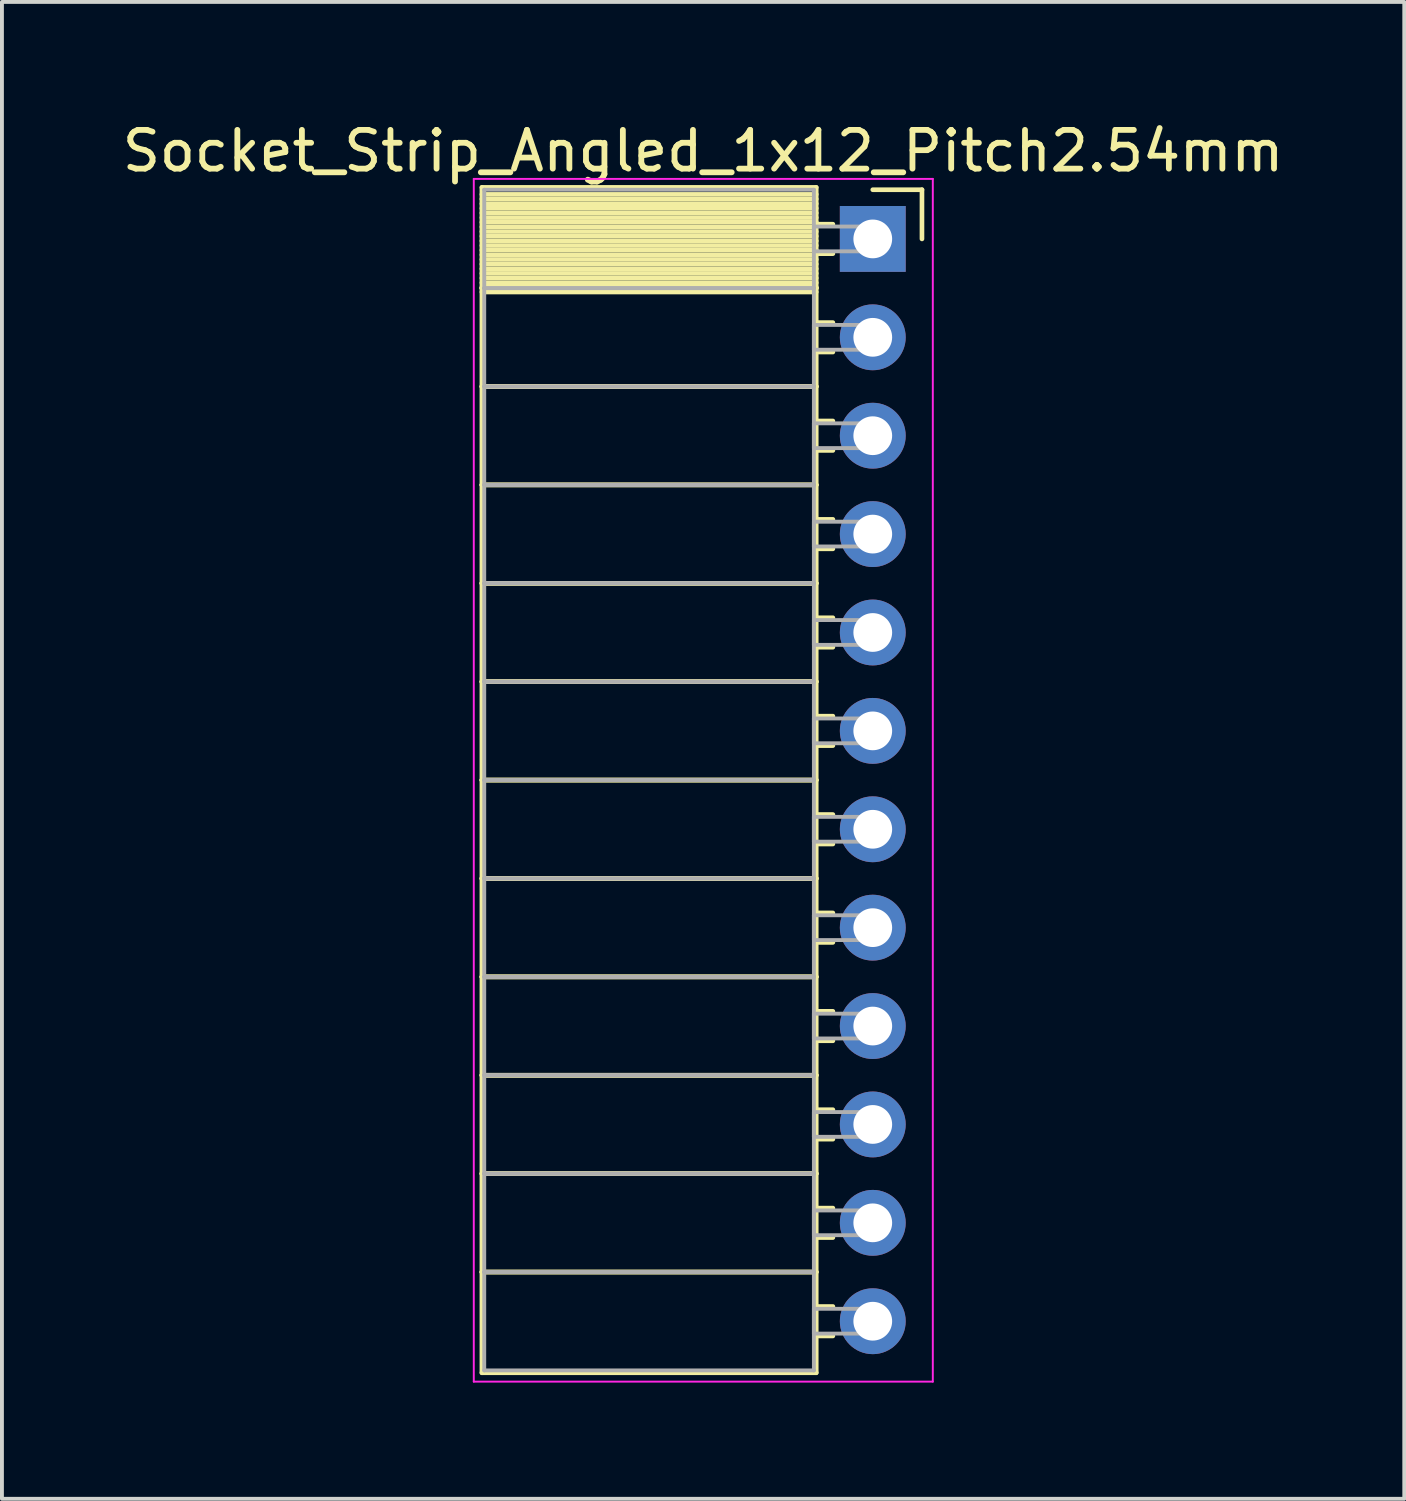
<source format=kicad_pcb>
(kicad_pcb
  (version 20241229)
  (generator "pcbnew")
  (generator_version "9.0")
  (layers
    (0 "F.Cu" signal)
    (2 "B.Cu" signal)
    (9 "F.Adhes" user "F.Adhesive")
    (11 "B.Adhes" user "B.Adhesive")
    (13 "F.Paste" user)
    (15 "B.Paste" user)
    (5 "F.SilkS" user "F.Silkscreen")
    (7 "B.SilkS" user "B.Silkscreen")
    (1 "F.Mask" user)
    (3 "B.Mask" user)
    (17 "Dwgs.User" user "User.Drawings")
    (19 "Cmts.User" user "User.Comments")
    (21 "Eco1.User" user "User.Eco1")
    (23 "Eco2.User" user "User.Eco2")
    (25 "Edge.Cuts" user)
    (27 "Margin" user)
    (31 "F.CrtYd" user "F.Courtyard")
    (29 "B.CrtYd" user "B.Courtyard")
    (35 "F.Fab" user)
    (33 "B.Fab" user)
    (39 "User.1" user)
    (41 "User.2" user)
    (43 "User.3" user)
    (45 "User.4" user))
  (footprint "Socket_Strip_Angled_1x12_Pitch2.54mm"
    (layer "F.Cu")
    (at 19.481 3.118)
    (property "Reference" "Socket_Strip_Angled_1x12_Pitch2.54mm" (at -4.38 -2.27 0) (layer "F.SilkS") (effects (font (size 1 1) (thickness 0.15))))
    (attr through_hole)
    (fp_line (start -10.09 -1.33) (end -1.46 -1.33) (stroke (width 0.12) (type solid)) (layer "F.SilkS"))
    (fp_line (start -10.09 1.27) (end -10.09 -1.33) (stroke (width 0.12) (type solid)) (layer "F.SilkS"))
    (fp_line (start -10.09 1.27) (end -1.46 1.27) (stroke (width 0.12) (type solid)) (layer "F.SilkS"))
    (fp_line (start -10.09 3.81) (end -10.09 1.27) (stroke (width 0.12) (type solid)) (layer "F.SilkS"))
    (fp_line (start -10.09 3.81) (end -1.46 3.81) (stroke (width 0.12) (type solid)) (layer "F.SilkS"))
    (fp_line (start -10.09 6.35) (end -10.09 3.81) (stroke (width 0.12) (type solid)) (layer "F.SilkS"))
    (fp_line (start -10.09 6.35) (end -1.46 6.35) (stroke (width 0.12) (type solid)) (layer "F.SilkS"))
    (fp_line (start -10.09 8.89) (end -10.09 6.35) (stroke (width 0.12) (type solid)) (layer "F.SilkS"))
    (fp_line (start -10.09 8.89) (end -1.46 8.89) (stroke (width 0.12) (type solid)) (layer "F.SilkS"))
    (fp_line (start -10.09 11.43) (end -10.09 8.89) (stroke (width 0.12) (type solid)) (layer "F.SilkS"))
    (fp_line (start -10.09 11.43) (end -1.46 11.43) (stroke (width 0.12) (type solid)) (layer "F.SilkS"))
    (fp_line (start -10.09 13.97) (end -10.09 11.43) (stroke (width 0.12) (type solid)) (layer "F.SilkS"))
    (fp_line (start -10.09 13.97) (end -1.46 13.97) (stroke (width 0.12) (type solid)) (layer "F.SilkS"))
    (fp_line (start -10.09 16.51) (end -10.09 13.97) (stroke (width 0.12) (type solid)) (layer "F.SilkS"))
    (fp_line (start -10.09 16.51) (end -1.46 16.51) (stroke (width 0.12) (type solid)) (layer "F.SilkS"))
    (fp_line (start -10.09 19.05) (end -10.09 16.51) (stroke (width 0.12) (type solid)) (layer "F.SilkS"))
    (fp_line (start -10.09 19.05) (end -1.46 19.05) (stroke (width 0.12) (type solid)) (layer "F.SilkS"))
    (fp_line (start -10.09 21.59) (end -10.09 19.05) (stroke (width 0.12) (type solid)) (layer "F.SilkS"))
    (fp_line (start -10.09 21.59) (end -1.46 21.59) (stroke (width 0.12) (type solid)) (layer "F.SilkS"))
    (fp_line (start -10.09 24.13) (end -10.09 21.59) (stroke (width 0.12) (type solid)) (layer "F.SilkS"))
    (fp_line (start -10.09 24.13) (end -1.46 24.13) (stroke (width 0.12) (type solid)) (layer "F.SilkS"))
    (fp_line (start -10.09 26.67) (end -10.09 24.13) (stroke (width 0.12) (type solid)) (layer "F.SilkS"))
    (fp_line (start -10.09 26.67) (end -1.46 26.67) (stroke (width 0.12) (type solid)) (layer "F.SilkS"))
    (fp_line (start -10.09 29.27) (end -10.09 26.67) (stroke (width 0.12) (type solid)) (layer "F.SilkS"))
    (fp_line (start -1.46 -1.33) (end -1.46 1.27) (stroke (width 0.12) (type solid)) (layer "F.SilkS"))
    (fp_line (start -1.46 -1.15) (end -10.09 -1.15) (stroke (width 0.12) (type solid)) (layer "F.SilkS"))
    (fp_line (start -1.46 -1.03) (end -10.09 -1.03) (stroke (width 0.12) (type solid)) (layer "F.SilkS"))
    (fp_line (start -1.46 -0.91) (end -10.09 -0.91) (stroke (width 0.12) (type solid)) (layer "F.SilkS"))
    (fp_line (start -1.46 -0.79) (end -10.09 -0.79) (stroke (width 0.12) (type solid)) (layer "F.SilkS"))
    (fp_line (start -1.46 -0.67) (end -10.09 -0.67) (stroke (width 0.12) (type solid)) (layer "F.SilkS"))
    (fp_line (start -1.46 -0.55) (end -10.09 -0.55) (stroke (width 0.12) (type solid)) (layer "F.SilkS"))
    (fp_line (start -1.46 -0.43) (end -10.09 -0.43) (stroke (width 0.12) (type solid)) (layer "F.SilkS"))
    (fp_line (start -1.46 -0.31) (end -10.09 -0.31) (stroke (width 0.12) (type solid)) (layer "F.SilkS"))
    (fp_line (start -1.46 -0.19) (end -10.09 -0.19) (stroke (width 0.12) (type solid)) (layer "F.SilkS"))
    (fp_line (start -1.46 -0.07) (end -10.09 -0.07) (stroke (width 0.12) (type solid)) (layer "F.SilkS"))
    (fp_line (start -1.46 0.05) (end -10.09 0.05) (stroke (width 0.12) (type solid)) (layer "F.SilkS"))
    (fp_line (start -1.46 0.17) (end -10.09 0.17) (stroke (width 0.12) (type solid)) (layer "F.SilkS"))
    (fp_line (start -1.46 0.29) (end -10.09 0.29) (stroke (width 0.12) (type solid)) (layer "F.SilkS"))
    (fp_line (start -1.46 0.41) (end -10.09 0.41) (stroke (width 0.12) (type solid)) (layer "F.SilkS"))
    (fp_line (start -1.46 0.53) (end -10.09 0.53) (stroke (width 0.12) (type solid)) (layer "F.SilkS"))
    (fp_line (start -1.46 0.65) (end -10.09 0.65) (stroke (width 0.12) (type solid)) (layer "F.SilkS"))
    (fp_line (start -1.46 0.77) (end -10.09 0.77) (stroke (width 0.12) (type solid)) (layer "F.SilkS"))
    (fp_line (start -1.46 0.89) (end -10.09 0.89) (stroke (width 0.12) (type solid)) (layer "F.SilkS"))
    (fp_line (start -1.46 1.01) (end -10.09 1.01) (stroke (width 0.12) (type solid)) (layer "F.SilkS"))
    (fp_line (start -1.46 1.13) (end -10.09 1.13) (stroke (width 0.12) (type solid)) (layer "F.SilkS"))
    (fp_line (start -1.46 1.25) (end -10.09 1.25) (stroke (width 0.12) (type solid)) (layer "F.SilkS"))
    (fp_line (start -1.46 1.27) (end -10.09 1.27) (stroke (width 0.12) (type solid)) (layer "F.SilkS"))
    (fp_line (start -1.46 1.27) (end -1.46 3.81) (stroke (width 0.12) (type solid)) (layer "F.SilkS"))
    (fp_line (start -1.46 1.37) (end -10.09 1.37) (stroke (width 0.12) (type solid)) (layer "F.SilkS"))
    (fp_line (start -1.46 3.81) (end -10.09 3.81) (stroke (width 0.12) (type solid)) (layer "F.SilkS"))
    (fp_line (start -1.46 3.81) (end -1.46 6.35) (stroke (width 0.12) (type solid)) (layer "F.SilkS"))
    (fp_line (start -1.46 6.35) (end -10.09 6.35) (stroke (width 0.12) (type solid)) (layer "F.SilkS"))
    (fp_line (start -1.46 6.35) (end -1.46 8.89) (stroke (width 0.12) (type solid)) (layer "F.SilkS"))
    (fp_line (start -1.46 8.89) (end -10.09 8.89) (stroke (width 0.12) (type solid)) (layer "F.SilkS"))
    (fp_line (start -1.46 8.89) (end -1.46 11.43) (stroke (width 0.12) (type solid)) (layer "F.SilkS"))
    (fp_line (start -1.46 11.43) (end -10.09 11.43) (stroke (width 0.12) (type solid)) (layer "F.SilkS"))
    (fp_line (start -1.46 11.43) (end -1.46 13.97) (stroke (width 0.12) (type solid)) (layer "F.SilkS"))
    (fp_line (start -1.46 13.97) (end -10.09 13.97) (stroke (width 0.12) (type solid)) (layer "F.SilkS"))
    (fp_line (start -1.46 13.97) (end -1.46 16.51) (stroke (width 0.12) (type solid)) (layer "F.SilkS"))
    (fp_line (start -1.46 16.51) (end -10.09 16.51) (stroke (width 0.12) (type solid)) (layer "F.SilkS"))
    (fp_line (start -1.46 16.51) (end -1.46 19.05) (stroke (width 0.12) (type solid)) (layer "F.SilkS"))
    (fp_line (start -1.46 19.05) (end -10.09 19.05) (stroke (width 0.12) (type solid)) (layer "F.SilkS"))
    (fp_line (start -1.46 19.05) (end -1.46 21.59) (stroke (width 0.12) (type solid)) (layer "F.SilkS"))
    (fp_line (start -1.46 21.59) (end -10.09 21.59) (stroke (width 0.12) (type solid)) (layer "F.SilkS"))
    (fp_line (start -1.46 21.59) (end -1.46 24.13) (stroke (width 0.12) (type solid)) (layer "F.SilkS"))
    (fp_line (start -1.46 24.13) (end -10.09 24.13) (stroke (width 0.12) (type solid)) (layer "F.SilkS"))
    (fp_line (start -1.46 24.13) (end -1.46 26.67) (stroke (width 0.12) (type solid)) (layer "F.SilkS"))
    (fp_line (start -1.46 26.67) (end -10.09 26.67) (stroke (width 0.12) (type solid)) (layer "F.SilkS"))
    (fp_line (start -1.46 26.67) (end -1.46 29.27) (stroke (width 0.12) (type solid)) (layer "F.SilkS"))
    (fp_line (start -1.46 29.27) (end -10.09 29.27) (stroke (width 0.12) (type solid)) (layer "F.SilkS"))
    (fp_line (start -1.03 -0.38) (end -1.46 -0.38) (stroke (width 0.12) (type solid)) (layer "F.SilkS"))
    (fp_line (start -1.03 0.38) (end -1.46 0.38) (stroke (width 0.12) (type solid)) (layer "F.SilkS"))
    (fp_line (start -1.03 2.16) (end -1.46 2.16) (stroke (width 0.12) (type solid)) (layer "F.SilkS"))
    (fp_line (start -1.03 2.92) (end -1.46 2.92) (stroke (width 0.12) (type solid)) (layer "F.SilkS"))
    (fp_line (start -1.03 4.7) (end -1.46 4.7) (stroke (width 0.12) (type solid)) (layer "F.SilkS"))
    (fp_line (start -1.03 5.46) (end -1.46 5.46) (stroke (width 0.12) (type solid)) (layer "F.SilkS"))
    (fp_line (start -1.03 7.24) (end -1.46 7.24) (stroke (width 0.12) (type solid)) (layer "F.SilkS"))
    (fp_line (start -1.03 8) (end -1.46 8) (stroke (width 0.12) (type solid)) (layer "F.SilkS"))
    (fp_line (start -1.03 9.78) (end -1.46 9.78) (stroke (width 0.12) (type solid)) (layer "F.SilkS"))
    (fp_line (start -1.03 10.54) (end -1.46 10.54) (stroke (width 0.12) (type solid)) (layer "F.SilkS"))
    (fp_line (start -1.03 12.32) (end -1.46 12.32) (stroke (width 0.12) (type solid)) (layer "F.SilkS"))
    (fp_line (start -1.03 13.08) (end -1.46 13.08) (stroke (width 0.12) (type solid)) (layer "F.SilkS"))
    (fp_line (start -1.03 14.86) (end -1.46 14.86) (stroke (width 0.12) (type solid)) (layer "F.SilkS"))
    (fp_line (start -1.03 15.62) (end -1.46 15.62) (stroke (width 0.12) (type solid)) (layer "F.SilkS"))
    (fp_line (start -1.03 17.4) (end -1.46 17.4) (stroke (width 0.12) (type solid)) (layer "F.SilkS"))
    (fp_line (start -1.03 18.16) (end -1.46 18.16) (stroke (width 0.12) (type solid)) (layer "F.SilkS"))
    (fp_line (start -1.03 19.94) (end -1.46 19.94) (stroke (width 0.12) (type solid)) (layer "F.SilkS"))
    (fp_line (start -1.03 20.7) (end -1.46 20.7) (stroke (width 0.12) (type solid)) (layer "F.SilkS"))
    (fp_line (start -1.03 22.48) (end -1.46 22.48) (stroke (width 0.12) (type solid)) (layer "F.SilkS"))
    (fp_line (start -1.03 23.24) (end -1.46 23.24) (stroke (width 0.12) (type solid)) (layer "F.SilkS"))
    (fp_line (start -1.03 25.02) (end -1.46 25.02) (stroke (width 0.12) (type solid)) (layer "F.SilkS"))
    (fp_line (start -1.03 25.78) (end -1.46 25.78) (stroke (width 0.12) (type solid)) (layer "F.SilkS"))
    (fp_line (start -1.03 27.56) (end -1.46 27.56) (stroke (width 0.12) (type solid)) (layer "F.SilkS"))
    (fp_line (start -1.03 28.32) (end -1.46 28.32) (stroke (width 0.12) (type solid)) (layer "F.SilkS"))
    (fp_line (start 0 -1.27) (end 1.27 -1.27) (stroke (width 0.12) (type solid)) (layer "F.SilkS"))
    (fp_line (start 1.27 -1.27) (end 1.27 0) (stroke (width 0.12) (type solid)) (layer "F.SilkS"))
    (fp_line (start -10.3 -1.55) (end 1.55 -1.55) (stroke (width 0.05) (type solid)) (layer "F.CrtYd"))
    (fp_line (start -10.3 29.5) (end -10.3 -1.55) (stroke (width 0.05) (type solid)) (layer "F.CrtYd"))
    (fp_line (start 1.55 -1.55) (end 1.55 29.5) (stroke (width 0.05) (type solid)) (layer "F.CrtYd"))
    (fp_line (start 1.55 29.5) (end -10.3 29.5) (stroke (width 0.05) (type solid)) (layer "F.CrtYd"))
    (fp_line (start -10.03 -1.27) (end -1.52 -1.27) (stroke (width 0.1) (type solid)) (layer "F.Fab"))
    (fp_line (start -10.03 1.27) (end -10.03 -1.27) (stroke (width 0.1) (type solid)) (layer "F.Fab"))
    (fp_line (start -10.03 1.27) (end -1.52 1.27) (stroke (width 0.1) (type solid)) (layer "F.Fab"))
    (fp_line (start -10.03 3.81) (end -10.03 1.27) (stroke (width 0.1) (type solid)) (layer "F.Fab"))
    (fp_line (start -10.03 3.81) (end -1.52 3.81) (stroke (width 0.1) (type solid)) (layer "F.Fab"))
    (fp_line (start -10.03 6.35) (end -10.03 3.81) (stroke (width 0.1) (type solid)) (layer "F.Fab"))
    (fp_line (start -10.03 6.35) (end -1.52 6.35) (stroke (width 0.1) (type solid)) (layer "F.Fab"))
    (fp_line (start -10.03 8.89) (end -10.03 6.35) (stroke (width 0.1) (type solid)) (layer "F.Fab"))
    (fp_line (start -10.03 8.89) (end -1.52 8.89) (stroke (width 0.1) (type solid)) (layer "F.Fab"))
    (fp_line (start -10.03 11.43) (end -10.03 8.89) (stroke (width 0.1) (type solid)) (layer "F.Fab"))
    (fp_line (start -10.03 11.43) (end -1.52 11.43) (stroke (width 0.1) (type solid)) (layer "F.Fab"))
    (fp_line (start -10.03 13.97) (end -10.03 11.43) (stroke (width 0.1) (type solid)) (layer "F.Fab"))
    (fp_line (start -10.03 13.97) (end -1.52 13.97) (stroke (width 0.1) (type solid)) (layer "F.Fab"))
    (fp_line (start -10.03 16.51) (end -10.03 13.97) (stroke (width 0.1) (type solid)) (layer "F.Fab"))
    (fp_line (start -10.03 16.51) (end -1.52 16.51) (stroke (width 0.1) (type solid)) (layer "F.Fab"))
    (fp_line (start -10.03 19.05) (end -10.03 16.51) (stroke (width 0.1) (type solid)) (layer "F.Fab"))
    (fp_line (start -10.03 19.05) (end -1.52 19.05) (stroke (width 0.1) (type solid)) (layer "F.Fab"))
    (fp_line (start -10.03 21.59) (end -10.03 19.05) (stroke (width 0.1) (type solid)) (layer "F.Fab"))
    (fp_line (start -10.03 21.59) (end -1.52 21.59) (stroke (width 0.1) (type solid)) (layer "F.Fab"))
    (fp_line (start -10.03 24.13) (end -10.03 21.59) (stroke (width 0.1) (type solid)) (layer "F.Fab"))
    (fp_line (start -10.03 24.13) (end -1.52 24.13) (stroke (width 0.1) (type solid)) (layer "F.Fab"))
    (fp_line (start -10.03 26.67) (end -10.03 24.13) (stroke (width 0.1) (type solid)) (layer "F.Fab"))
    (fp_line (start -10.03 26.67) (end -1.52 26.67) (stroke (width 0.1) (type solid)) (layer "F.Fab"))
    (fp_line (start -10.03 29.21) (end -10.03 26.67) (stroke (width 0.1) (type solid)) (layer "F.Fab"))
    (fp_line (start -1.52 -1.27) (end -1.52 1.27) (stroke (width 0.1) (type solid)) (layer "F.Fab"))
    (fp_line (start -1.52 -0.32) (end 0 -0.32) (stroke (width 0.1) (type solid)) (layer "F.Fab"))
    (fp_line (start -1.52 0.32) (end -1.52 -0.32) (stroke (width 0.1) (type solid)) (layer "F.Fab"))
    (fp_line (start -1.52 1.27) (end -10.03 1.27) (stroke (width 0.1) (type solid)) (layer "F.Fab"))
    (fp_line (start -1.52 1.27) (end -1.52 3.81) (stroke (width 0.1) (type solid)) (layer "F.Fab"))
    (fp_line (start -1.52 2.22) (end 0 2.22) (stroke (width 0.1) (type solid)) (layer "F.Fab"))
    (fp_line (start -1.52 2.86) (end -1.52 2.22) (stroke (width 0.1) (type solid)) (layer "F.Fab"))
    (fp_line (start -1.52 3.81) (end -10.03 3.81) (stroke (width 0.1) (type solid)) (layer "F.Fab"))
    (fp_line (start -1.52 3.81) (end -1.52 6.35) (stroke (width 0.1) (type solid)) (layer "F.Fab"))
    (fp_line (start -1.52 4.76) (end 0 4.76) (stroke (width 0.1) (type solid)) (layer "F.Fab"))
    (fp_line (start -1.52 5.4) (end -1.52 4.76) (stroke (width 0.1) (type solid)) (layer "F.Fab"))
    (fp_line (start -1.52 6.35) (end -10.03 6.35) (stroke (width 0.1) (type solid)) (layer "F.Fab"))
    (fp_line (start -1.52 6.35) (end -1.52 8.89) (stroke (width 0.1) (type solid)) (layer "F.Fab"))
    (fp_line (start -1.52 7.3) (end 0 7.3) (stroke (width 0.1) (type solid)) (layer "F.Fab"))
    (fp_line (start -1.52 7.94) (end -1.52 7.3) (stroke (width 0.1) (type solid)) (layer "F.Fab"))
    (fp_line (start -1.52 8.89) (end -10.03 8.89) (stroke (width 0.1) (type solid)) (layer "F.Fab"))
    (fp_line (start -1.52 8.89) (end -1.52 11.43) (stroke (width 0.1) (type solid)) (layer "F.Fab"))
    (fp_line (start -1.52 9.84) (end 0 9.84) (stroke (width 0.1) (type solid)) (layer "F.Fab"))
    (fp_line (start -1.52 10.48) (end -1.52 9.84) (stroke (width 0.1) (type solid)) (layer "F.Fab"))
    (fp_line (start -1.52 11.43) (end -10.03 11.43) (stroke (width 0.1) (type solid)) (layer "F.Fab"))
    (fp_line (start -1.52 11.43) (end -1.52 13.97) (stroke (width 0.1) (type solid)) (layer "F.Fab"))
    (fp_line (start -1.52 12.38) (end 0 12.38) (stroke (width 0.1) (type solid)) (layer "F.Fab"))
    (fp_line (start -1.52 13.02) (end -1.52 12.38) (stroke (width 0.1) (type solid)) (layer "F.Fab"))
    (fp_line (start -1.52 13.97) (end -10.03 13.97) (stroke (width 0.1) (type solid)) (layer "F.Fab"))
    (fp_line (start -1.52 13.97) (end -1.52 16.51) (stroke (width 0.1) (type solid)) (layer "F.Fab"))
    (fp_line (start -1.52 14.92) (end 0 14.92) (stroke (width 0.1) (type solid)) (layer "F.Fab"))
    (fp_line (start -1.52 15.56) (end -1.52 14.92) (stroke (width 0.1) (type solid)) (layer "F.Fab"))
    (fp_line (start -1.52 16.51) (end -10.03 16.51) (stroke (width 0.1) (type solid)) (layer "F.Fab"))
    (fp_line (start -1.52 16.51) (end -1.52 19.05) (stroke (width 0.1) (type solid)) (layer "F.Fab"))
    (fp_line (start -1.52 17.46) (end 0 17.46) (stroke (width 0.1) (type solid)) (layer "F.Fab"))
    (fp_line (start -1.52 18.1) (end -1.52 17.46) (stroke (width 0.1) (type solid)) (layer "F.Fab"))
    (fp_line (start -1.52 19.05) (end -10.03 19.05) (stroke (width 0.1) (type solid)) (layer "F.Fab"))
    (fp_line (start -1.52 19.05) (end -1.52 21.59) (stroke (width 0.1) (type solid)) (layer "F.Fab"))
    (fp_line (start -1.52 20) (end 0 20) (stroke (width 0.1) (type solid)) (layer "F.Fab"))
    (fp_line (start -1.52 20.64) (end -1.52 20) (stroke (width 0.1) (type solid)) (layer "F.Fab"))
    (fp_line (start -1.52 21.59) (end -10.03 21.59) (stroke (width 0.1) (type solid)) (layer "F.Fab"))
    (fp_line (start -1.52 21.59) (end -1.52 24.13) (stroke (width 0.1) (type solid)) (layer "F.Fab"))
    (fp_line (start -1.52 22.54) (end 0 22.54) (stroke (width 0.1) (type solid)) (layer "F.Fab"))
    (fp_line (start -1.52 23.18) (end -1.52 22.54) (stroke (width 0.1) (type solid)) (layer "F.Fab"))
    (fp_line (start -1.52 24.13) (end -10.03 24.13) (stroke (width 0.1) (type solid)) (layer "F.Fab"))
    (fp_line (start -1.52 24.13) (end -1.52 26.67) (stroke (width 0.1) (type solid)) (layer "F.Fab"))
    (fp_line (start -1.52 25.08) (end 0 25.08) (stroke (width 0.1) (type solid)) (layer "F.Fab"))
    (fp_line (start -1.52 25.72) (end -1.52 25.08) (stroke (width 0.1) (type solid)) (layer "F.Fab"))
    (fp_line (start -1.52 26.67) (end -10.03 26.67) (stroke (width 0.1) (type solid)) (layer "F.Fab"))
    (fp_line (start -1.52 26.67) (end -1.52 29.21) (stroke (width 0.1) (type solid)) (layer "F.Fab"))
    (fp_line (start -1.52 27.62) (end 0 27.62) (stroke (width 0.1) (type solid)) (layer "F.Fab"))
    (fp_line (start -1.52 28.26) (end -1.52 27.62) (stroke (width 0.1) (type solid)) (layer "F.Fab"))
    (fp_line (start -1.52 29.21) (end -10.03 29.21) (stroke (width 0.1) (type solid)) (layer "F.Fab"))
    (fp_line (start 0 -0.32) (end 0 0.32) (stroke (width 0.1) (type solid)) (layer "F.Fab"))
    (fp_line (start 0 0.32) (end -1.52 0.32) (stroke (width 0.1) (type solid)) (layer "F.Fab"))
    (fp_line (start 0 2.22) (end 0 2.86) (stroke (width 0.1) (type solid)) (layer "F.Fab"))
    (fp_line (start 0 2.86) (end -1.52 2.86) (stroke (width 0.1) (type solid)) (layer "F.Fab"))
    (fp_line (start 0 4.76) (end 0 5.4) (stroke (width 0.1) (type solid)) (layer "F.Fab"))
    (fp_line (start 0 5.4) (end -1.52 5.4) (stroke (width 0.1) (type solid)) (layer "F.Fab"))
    (fp_line (start 0 7.3) (end 0 7.94) (stroke (width 0.1) (type solid)) (layer "F.Fab"))
    (fp_line (start 0 7.94) (end -1.52 7.94) (stroke (width 0.1) (type solid)) (layer "F.Fab"))
    (fp_line (start 0 9.84) (end 0 10.48) (stroke (width 0.1) (type solid)) (layer "F.Fab"))
    (fp_line (start 0 10.48) (end -1.52 10.48) (stroke (width 0.1) (type solid)) (layer "F.Fab"))
    (fp_line (start 0 12.38) (end 0 13.02) (stroke (width 0.1) (type solid)) (layer "F.Fab"))
    (fp_line (start 0 13.02) (end -1.52 13.02) (stroke (width 0.1) (type solid)) (layer "F.Fab"))
    (fp_line (start 0 14.92) (end 0 15.56) (stroke (width 0.1) (type solid)) (layer "F.Fab"))
    (fp_line (start 0 15.56) (end -1.52 15.56) (stroke (width 0.1) (type solid)) (layer "F.Fab"))
    (fp_line (start 0 17.46) (end 0 18.1) (stroke (width 0.1) (type solid)) (layer "F.Fab"))
    (fp_line (start 0 18.1) (end -1.52 18.1) (stroke (width 0.1) (type solid)) (layer "F.Fab"))
    (fp_line (start 0 20) (end 0 20.64) (stroke (width 0.1) (type solid)) (layer "F.Fab"))
    (fp_line (start 0 20.64) (end -1.52 20.64) (stroke (width 0.1) (type solid)) (layer "F.Fab"))
    (fp_line (start 0 22.54) (end 0 23.18) (stroke (width 0.1) (type solid)) (layer "F.Fab"))
    (fp_line (start 0 23.18) (end -1.52 23.18) (stroke (width 0.1) (type solid)) (layer "F.Fab"))
    (fp_line (start 0 25.08) (end 0 25.72) (stroke (width 0.1) (type solid)) (layer "F.Fab"))
    (fp_line (start 0 25.72) (end -1.52 25.72) (stroke (width 0.1) (type solid)) (layer "F.Fab"))
    (fp_line (start 0 27.62) (end 0 28.26) (stroke (width 0.1) (type solid)) (layer "F.Fab"))
    (fp_line (start 0 28.26) (end -1.52 28.26) (stroke (width 0.1) (type solid)) (layer "F.Fab"))
    (pad "1" thru_hole rect (at 0 0) (size 1.7 1.7) (drill 1) (layers "*.Cu" "*.Mask"))
    (pad "2" thru_hole oval (at 0 2.54) (size 1.7 1.7) (drill 1) (layers "*.Cu" "*.Mask"))
    (pad "3" thru_hole oval (at 0 5.08) (size 1.7 1.7) (drill 1) (layers "*.Cu" "*.Mask"))
    (pad "4" thru_hole oval (at 0 7.62) (size 1.7 1.7) (drill 1) (layers "*.Cu" "*.Mask"))
    (pad "5" thru_hole oval (at 0 10.16) (size 1.7 1.7) (drill 1) (layers "*.Cu" "*.Mask"))
    (pad "6" thru_hole oval (at 0 12.7) (size 1.7 1.7) (drill 1) (layers "*.Cu" "*.Mask"))
    (pad "7" thru_hole oval (at 0 15.24) (size 1.7 1.7) (drill 1) (layers "*.Cu" "*.Mask"))
    (pad "8" thru_hole oval (at 0 17.78) (size 1.7 1.7) (drill 1) (layers "*.Cu" "*.Mask"))
    (pad "9" thru_hole oval (at 0 20.32) (size 1.7 1.7) (drill 1) (layers "*.Cu" "*.Mask"))
    (pad "10" thru_hole oval (at 0 22.86) (size 1.7 1.7) (drill 1) (layers "*.Cu" "*.Mask"))
    (pad "11" thru_hole oval (at 0 25.4) (size 1.7 1.7) (drill 1) (layers "*.Cu" "*.Mask"))
    (pad "12" thru_hole oval (at 0 27.94) (size 1.7 1.7) (drill 1) (layers "*.Cu" "*.Mask")))
  (gr_rect
    (start -3 -3)
    (end 33.202 35.643)
    (stroke (width 0.1) (type default))
    (fill no)
    (layer "Edge.Cuts")))
</source>
